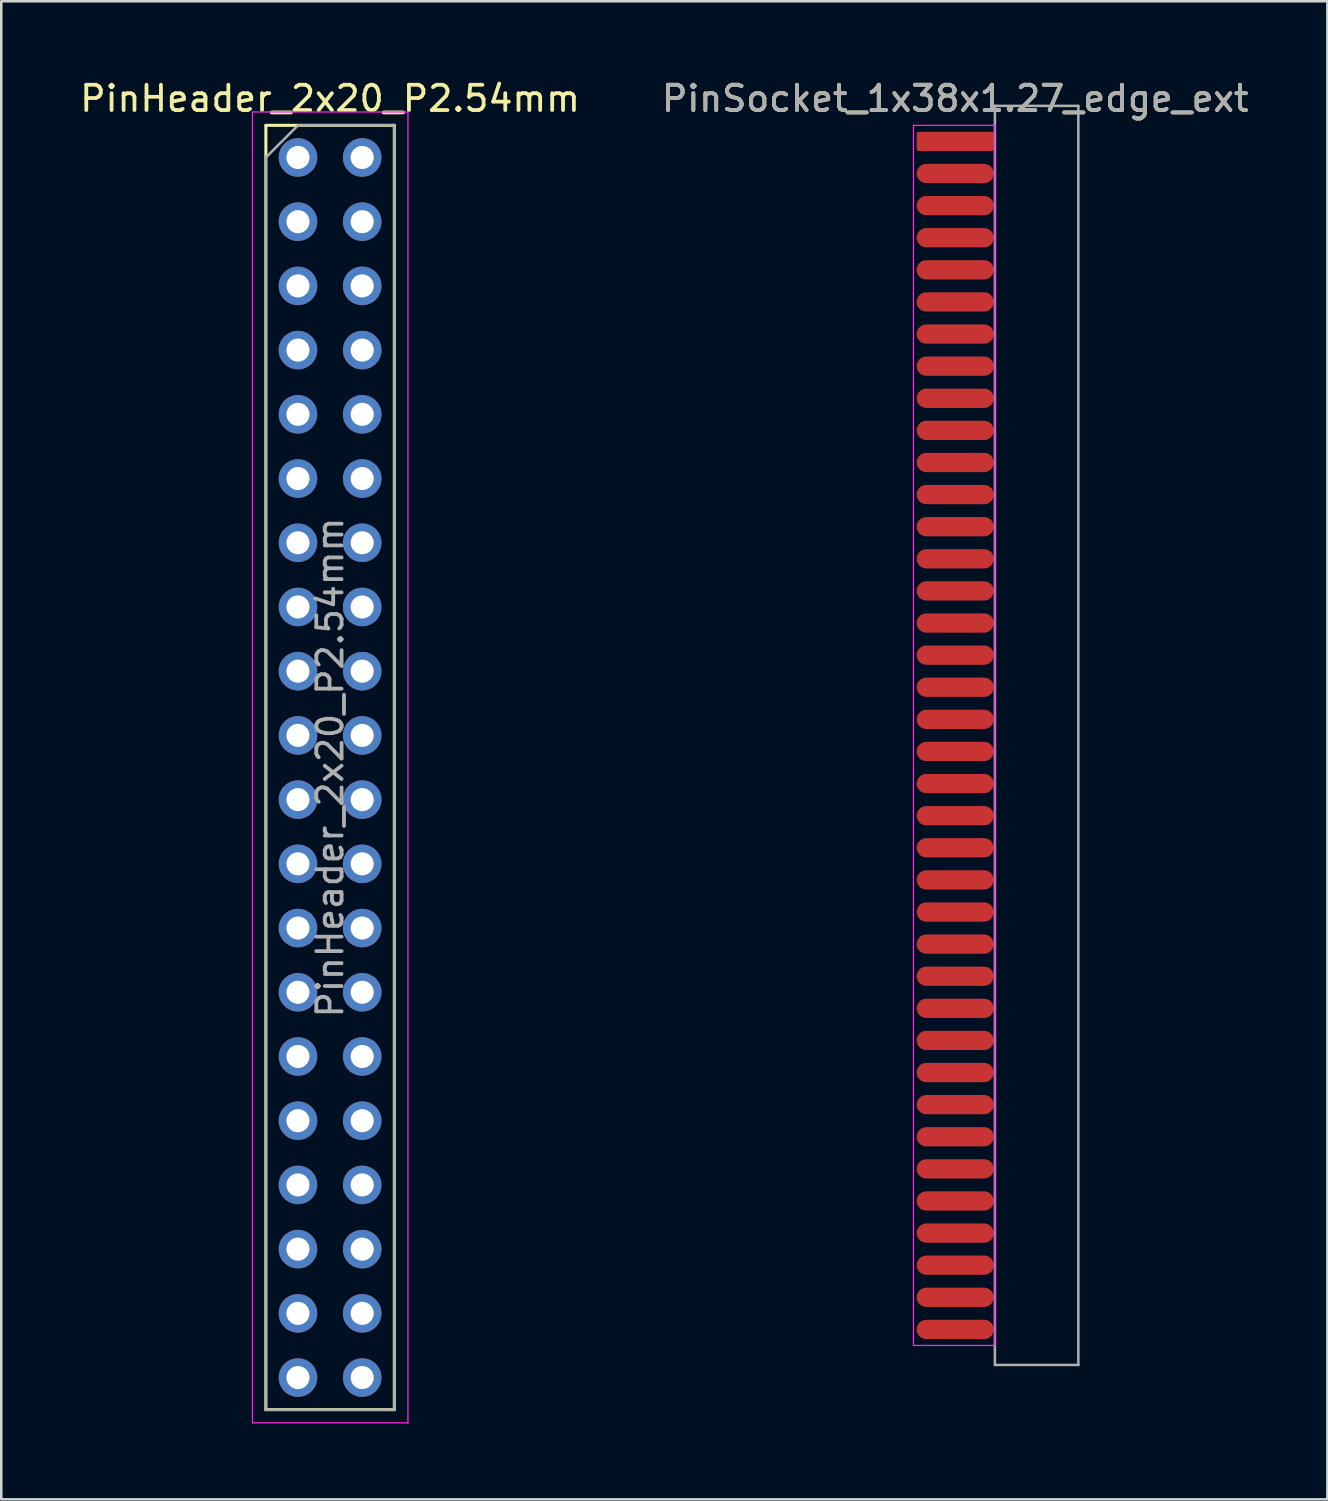
<source format=kicad_pcb>
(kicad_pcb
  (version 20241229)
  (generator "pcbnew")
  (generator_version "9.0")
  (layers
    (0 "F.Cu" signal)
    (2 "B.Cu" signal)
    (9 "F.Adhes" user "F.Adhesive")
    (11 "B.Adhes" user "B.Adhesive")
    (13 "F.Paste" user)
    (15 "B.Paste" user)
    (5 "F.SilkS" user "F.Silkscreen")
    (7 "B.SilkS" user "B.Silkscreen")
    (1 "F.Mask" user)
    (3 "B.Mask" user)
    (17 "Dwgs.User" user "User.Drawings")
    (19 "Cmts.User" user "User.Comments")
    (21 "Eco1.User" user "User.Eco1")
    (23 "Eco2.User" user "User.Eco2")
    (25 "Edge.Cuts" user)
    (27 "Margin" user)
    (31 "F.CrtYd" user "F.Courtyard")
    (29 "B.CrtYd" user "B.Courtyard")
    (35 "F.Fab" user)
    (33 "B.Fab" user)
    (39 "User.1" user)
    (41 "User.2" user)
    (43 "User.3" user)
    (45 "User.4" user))
  (footprint "PinHeader_2x20_P2.54mm"
    (layer "F.Cu")
    (at 8.736 3.178)
    (property "Reference" "PinHeader_2x20_P2.54mm" (at 1.27 -2.33 0) (layer "F.SilkS") (effects (font (size 1 1) (thickness 0.15))))
    (attr through_hole)
    (fp_line (start -1.27 -1.27) (end -1.27 49.53) (stroke (width 0.12) (type solid)) (layer "F.SilkS"))
    (fp_line (start -1.27 49.53) (end 3.81 49.53) (stroke (width 0.12) (type solid)) (layer "F.SilkS"))
    (fp_line (start 3.81 -1.27) (end -1.27 -1.27) (stroke (width 0.12) (type solid)) (layer "F.SilkS"))
    (fp_line (start 3.81 49.53) (end 3.81 -1.27) (stroke (width 0.12) (type solid)) (layer "F.SilkS"))
    (fp_line (start -1.8 -1.8) (end -1.8 50.05) (stroke (width 0.05) (type solid)) (layer "F.CrtYd"))
    (fp_line (start -1.8 50.05) (end 4.35 50.05) (stroke (width 0.05) (type solid)) (layer "F.CrtYd"))
    (fp_line (start 4.35 -1.8) (end -1.8 -1.8) (stroke (width 0.05) (type solid)) (layer "F.CrtYd"))
    (fp_line (start 4.35 50.05) (end 4.35 -1.8) (stroke (width 0.05) (type solid)) (layer "F.CrtYd"))
    (fp_line (start -1.27 0) (end 0 -1.27) (stroke (width 0.1) (type solid)) (layer "F.Fab"))
    (fp_line (start -1.27 49.53) (end -1.27 0) (stroke (width 0.1) (type solid)) (layer "F.Fab"))
    (fp_line (start 0 -1.27) (end 3.81 -1.27) (stroke (width 0.1) (type solid)) (layer "F.Fab"))
    (fp_line (start 3.81 -1.27) (end 3.81 49.53) (stroke (width 0.1) (type solid)) (layer "F.Fab"))
    (fp_line (start 3.81 49.53) (end -1.27 49.53) (stroke (width 0.1) (type solid)) (layer "F.Fab"))
    (fp_text user "${REFERENCE}" (at 1.27 24.13 90) (layer "F.Fab") (effects (font (size 1 1) (thickness 0.15))))
    (pad "1" thru_hole circle (at 0 0) (size 1.524 1.524) (drill 0.914) (layers "*.Cu" "*.Mask"))
    (pad "2" thru_hole circle (at 2.54 0) (size 1.524 1.524) (drill 0.914) (layers "*.Cu" "*.Mask"))
    (pad "3" thru_hole circle (at 0 2.54) (size 1.524 1.524) (drill 0.914) (layers "*.Cu" "*.Mask"))
    (pad "4" thru_hole circle (at 2.54 2.54) (size 1.524 1.524) (drill 0.914) (layers "*.Cu" "*.Mask"))
    (pad "5" thru_hole circle (at 0 5.08) (size 1.524 1.524) (drill 0.914) (layers "*.Cu" "*.Mask"))
    (pad "6" thru_hole circle (at 2.54 5.08) (size 1.524 1.524) (drill 0.914) (layers "*.Cu" "*.Mask"))
    (pad "7" thru_hole circle (at 0 7.62) (size 1.524 1.524) (drill 0.914) (layers "*.Cu" "*.Mask"))
    (pad "8" thru_hole circle (at 2.54 7.62) (size 1.524 1.524) (drill 0.914) (layers "*.Cu" "*.Mask"))
    (pad "9" thru_hole circle (at 0 10.16) (size 1.524 1.524) (drill 0.914) (layers "*.Cu" "*.Mask"))
    (pad "10" thru_hole circle (at 2.54 10.16) (size 1.524 1.524) (drill 0.914) (layers "*.Cu" "*.Mask"))
    (pad "11" thru_hole circle (at 0 12.7) (size 1.524 1.524) (drill 0.914) (layers "*.Cu" "*.Mask"))
    (pad "12" thru_hole circle (at 2.54 12.7) (size 1.524 1.524) (drill 0.914) (layers "*.Cu" "*.Mask"))
    (pad "13" thru_hole circle (at 0 15.24) (size 1.524 1.524) (drill 0.914) (layers "*.Cu" "*.Mask"))
    (pad "14" thru_hole circle (at 2.54 15.24) (size 1.524 1.524) (drill 0.914) (layers "*.Cu" "*.Mask"))
    (pad "15" thru_hole circle (at 0 17.78) (size 1.524 1.524) (drill 0.914) (layers "*.Cu" "*.Mask"))
    (pad "16" thru_hole circle (at 2.54 17.78) (size 1.524 1.524) (drill 0.914) (layers "*.Cu" "*.Mask"))
    (pad "17" thru_hole circle (at 0 20.32) (size 1.524 1.524) (drill 0.914) (layers "*.Cu" "*.Mask"))
    (pad "18" thru_hole circle (at 2.54 20.32) (size 1.524 1.524) (drill 0.914) (layers "*.Cu" "*.Mask"))
    (pad "19" thru_hole circle (at 0 22.86) (size 1.524 1.524) (drill 0.914) (layers "*.Cu" "*.Mask"))
    (pad "20" thru_hole circle (at 2.54 22.86) (size 1.524 1.524) (drill 0.914) (layers "*.Cu" "*.Mask"))
    (pad "21" thru_hole circle (at 0 25.4) (size 1.524 1.524) (drill 0.914) (layers "*.Cu" "*.Mask"))
    (pad "22" thru_hole circle (at 2.54 25.4) (size 1.524 1.524) (drill 0.914) (layers "*.Cu" "*.Mask"))
    (pad "23" thru_hole circle (at 0 27.94) (size 1.524 1.524) (drill 0.914) (layers "*.Cu" "*.Mask"))
    (pad "24" thru_hole circle (at 2.54 27.94) (size 1.524 1.524) (drill 0.914) (layers "*.Cu" "*.Mask"))
    (pad "25" thru_hole circle (at 0 30.48) (size 1.524 1.524) (drill 0.914) (layers "*.Cu" "*.Mask"))
    (pad "26" thru_hole circle (at 2.54 30.48) (size 1.524 1.524) (drill 0.914) (layers "*.Cu" "*.Mask"))
    (pad "27" thru_hole circle (at 0 33.02) (size 1.524 1.524) (drill 0.914) (layers "*.Cu" "*.Mask"))
    (pad "28" thru_hole circle (at 2.54 33.02) (size 1.524 1.524) (drill 0.914) (layers "*.Cu" "*.Mask"))
    (pad "29" thru_hole circle (at 0 35.56) (size 1.524 1.524) (drill 0.914) (layers "*.Cu" "*.Mask"))
    (pad "30" thru_hole circle (at 2.54 35.56) (size 1.524 1.524) (drill 0.914) (layers "*.Cu" "*.Mask"))
    (pad "31" thru_hole circle (at 0 38.1) (size 1.524 1.524) (drill 0.914) (layers "*.Cu" "*.Mask"))
    (pad "32" thru_hole circle (at 2.54 38.1) (size 1.524 1.524) (drill 0.914) (layers "*.Cu" "*.Mask"))
    (pad "33" thru_hole circle (at 0 40.64) (size 1.524 1.524) (drill 0.914) (layers "*.Cu" "*.Mask"))
    (pad "34" thru_hole circle (at 2.54 40.64) (size 1.524 1.524) (drill 0.914) (layers "*.Cu" "*.Mask"))
    (pad "35" thru_hole circle (at 0 43.18) (size 1.524 1.524) (drill 0.914) (layers "*.Cu" "*.Mask"))
    (pad "36" thru_hole circle (at 2.54 43.18) (size 1.524 1.524) (drill 0.914) (layers "*.Cu" "*.Mask"))
    (pad "37" thru_hole circle (at 0 45.72) (size 1.524 1.524) (drill 0.914) (layers "*.Cu" "*.Mask"))
    (pad "38" thru_hole circle (at 2.54 45.72) (size 1.524 1.524) (drill 0.914) (layers "*.Cu" "*.Mask"))
    (pad "39" thru_hole circle (at 0 48.26) (size 1.524 1.524) (drill 0.914) (layers "*.Cu" "*.Mask"))
    (pad "40" thru_hole circle (at 2.54 48.26) (size 1.524 1.524) (drill 0.914) (layers "*.Cu" "*.Mask")))
  (footprint "PinSocket_1x38x1.27_edge_ext"
    (layer "F.Cu")
    (at 36.302 26.038)
    (property "Reference" "PinSocket_1x38x1.27_edge_ext" (at -1.57 -25.19 0) (layer "F.SilkS") (effects (font (size 1 1) (thickness 0.15))))
    (attr smd)
    (fp_line (start -3.221 -24.13) (end -3.221 24.13) (stroke (width 0.05) (type solid)) (layer "F.CrtYd"))
    (fp_line (start -3.221 24.13) (end 0 24.13) (stroke (width 0.05) (type solid)) (layer "F.CrtYd"))
    (fp_line (start 0 -24.13) (end -3.221 -24.13) (stroke (width 0.05) (type solid)) (layer "F.CrtYd"))
    (fp_line (start 0 24.13) (end 0 -24.13) (stroke (width 0.05) (type solid)) (layer "F.CrtYd"))
    (fp_line (start 0 24.9) (end 0 -24.9) (stroke (width 0.1) (type solid)) (layer "F.Fab"))
    (fp_line (start 0 24.9) (end 3.302 24.9) (stroke (width 0.1) (type solid)) (layer "F.Fab"))
    (fp_line (start 3.3 -24.9) (end 3.3 24.9) (stroke (width 0.1) (type solid)) (layer "F.Fab"))
    (fp_line (start 3.302 -24.9) (end 0 -24.9) (stroke (width 0.1) (type solid)) (layer "F.Fab"))
    (fp_text user "${REFERENCE}" (at -1.57 -25.19 0) (layer "F.Fab") (effects (font (size 1 1) (thickness 0.15))))
    (pad "1" smd roundrect (at -1.57 -23.495) (size 3.048 0.762) (layers "F.Cu" "F.Mask" "F.Paste") (roundrect_rratio 0.1))
    (pad "2" smd oval (at -1.57 -22.225) (size 3.048 0.762) (layers "F.Cu" "F.Mask" "F.Paste"))
    (pad "3" smd oval (at -1.57 -20.955) (size 3.048 0.762) (layers "F.Cu" "F.Mask" "F.Paste"))
    (pad "4" smd oval (at -1.57 -19.685) (size 3.048 0.762) (layers "F.Cu" "F.Mask" "F.Paste"))
    (pad "5" smd oval (at -1.57 -18.415) (size 3.048 0.762) (layers "F.Cu" "F.Mask" "F.Paste"))
    (pad "6" smd oval (at -1.57 -17.145) (size 3.048 0.762) (layers "F.Cu" "F.Mask" "F.Paste"))
    (pad "7" smd oval (at -1.57 -15.875) (size 3.048 0.762) (layers "F.Cu" "F.Mask" "F.Paste"))
    (pad "8" smd oval (at -1.57 -14.605) (size 3.048 0.762) (layers "F.Cu" "F.Mask" "F.Paste"))
    (pad "9" smd oval (at -1.57 -13.335) (size 3.048 0.762) (layers "F.Cu" "F.Mask" "F.Paste"))
    (pad "10" smd oval (at -1.57 -12.065) (size 3.048 0.762) (layers "F.Cu" "F.Mask" "F.Paste"))
    (pad "11" smd oval (at -1.57 -10.795) (size 3.048 0.762) (layers "F.Cu" "F.Mask" "F.Paste"))
    (pad "12" smd oval (at -1.57 -9.525) (size 3.048 0.762) (layers "F.Cu" "F.Mask" "F.Paste"))
    (pad "13" smd oval (at -1.57 -8.255) (size 3.048 0.762) (layers "F.Cu" "F.Mask" "F.Paste"))
    (pad "14" smd oval (at -1.57 -6.985) (size 3.048 0.762) (layers "F.Cu" "F.Mask" "F.Paste"))
    (pad "15" smd oval (at -1.57 -5.715) (size 3.048 0.762) (layers "F.Cu" "F.Mask" "F.Paste"))
    (pad "16" smd oval (at -1.57 -4.445) (size 3.048 0.762) (layers "F.Cu" "F.Mask" "F.Paste"))
    (pad "17" smd oval (at -1.57 -3.175) (size 3.048 0.762) (layers "F.Cu" "F.Mask" "F.Paste"))
    (pad "18" smd oval (at -1.57 -1.905) (size 3.048 0.762) (layers "F.Cu" "F.Mask" "F.Paste"))
    (pad "19" smd oval (at -1.57 -0.635) (size 3.048 0.762) (layers "F.Cu" "F.Mask" "F.Paste"))
    (pad "20" smd oval (at -1.57 0.635) (size 3.048 0.762) (layers "F.Cu" "F.Mask" "F.Paste"))
    (pad "21" smd oval (at -1.57 1.905) (size 3.048 0.762) (layers "F.Cu" "F.Mask" "F.Paste"))
    (pad "22" smd oval (at -1.57 3.175) (size 3.048 0.762) (layers "F.Cu" "F.Mask" "F.Paste"))
    (pad "23" smd oval (at -1.57 4.445) (size 3.048 0.762) (layers "F.Cu" "F.Mask" "F.Paste"))
    (pad "24" smd oval (at -1.57 5.715) (size 3.048 0.762) (layers "F.Cu" "F.Mask" "F.Paste"))
    (pad "25" smd oval (at -1.57 6.985) (size 3.048 0.762) (layers "F.Cu" "F.Mask" "F.Paste"))
    (pad "26" smd oval (at -1.57 8.255) (size 3.048 0.762) (layers "F.Cu" "F.Mask" "F.Paste"))
    (pad "27" smd oval (at -1.57 9.525) (size 3.048 0.762) (layers "F.Cu" "F.Mask" "F.Paste"))
    (pad "28" smd oval (at -1.57 10.795) (size 3.048 0.762) (layers "F.Cu" "F.Mask" "F.Paste"))
    (pad "29" smd oval (at -1.57 12.065) (size 3.048 0.762) (layers "F.Cu" "F.Mask" "F.Paste"))
    (pad "30" smd oval (at -1.57 13.335) (size 3.048 0.762) (layers "F.Cu" "F.Mask" "F.Paste"))
    (pad "31" smd oval (at -1.57 14.605) (size 3.048 0.762) (layers "F.Cu" "F.Mask" "F.Paste"))
    (pad "32" smd oval (at -1.57 15.875) (size 3.048 0.762) (layers "F.Cu" "F.Mask" "F.Paste"))
    (pad "33" smd oval (at -1.57 17.145) (size 3.048 0.762) (layers "F.Cu" "F.Mask" "F.Paste"))
    (pad "34" smd oval (at -1.57 18.415) (size 3.048 0.762) (layers "F.Cu" "F.Mask" "F.Paste"))
    (pad "35" smd oval (at -1.57 19.685) (size 3.048 0.762) (layers "F.Cu" "F.Mask" "F.Paste"))
    (pad "36" smd oval (at -1.57 20.955) (size 3.048 0.762) (layers "F.Cu" "F.Mask" "F.Paste"))
    (pad "37" smd oval (at -1.57 22.225) (size 3.048 0.762) (layers "F.Cu" "F.Mask" "F.Paste"))
    (pad "38" smd oval (at -1.57 23.495) (size 3.048 0.762) (layers "F.Cu" "F.Mask" "F.Paste")))
  (gr_rect
    (start -3 -3)
    (end 49.452 56.253)
    (stroke (width 0.1) (type default))
    (fill no)
    (layer "Edge.Cuts")))
</source>
